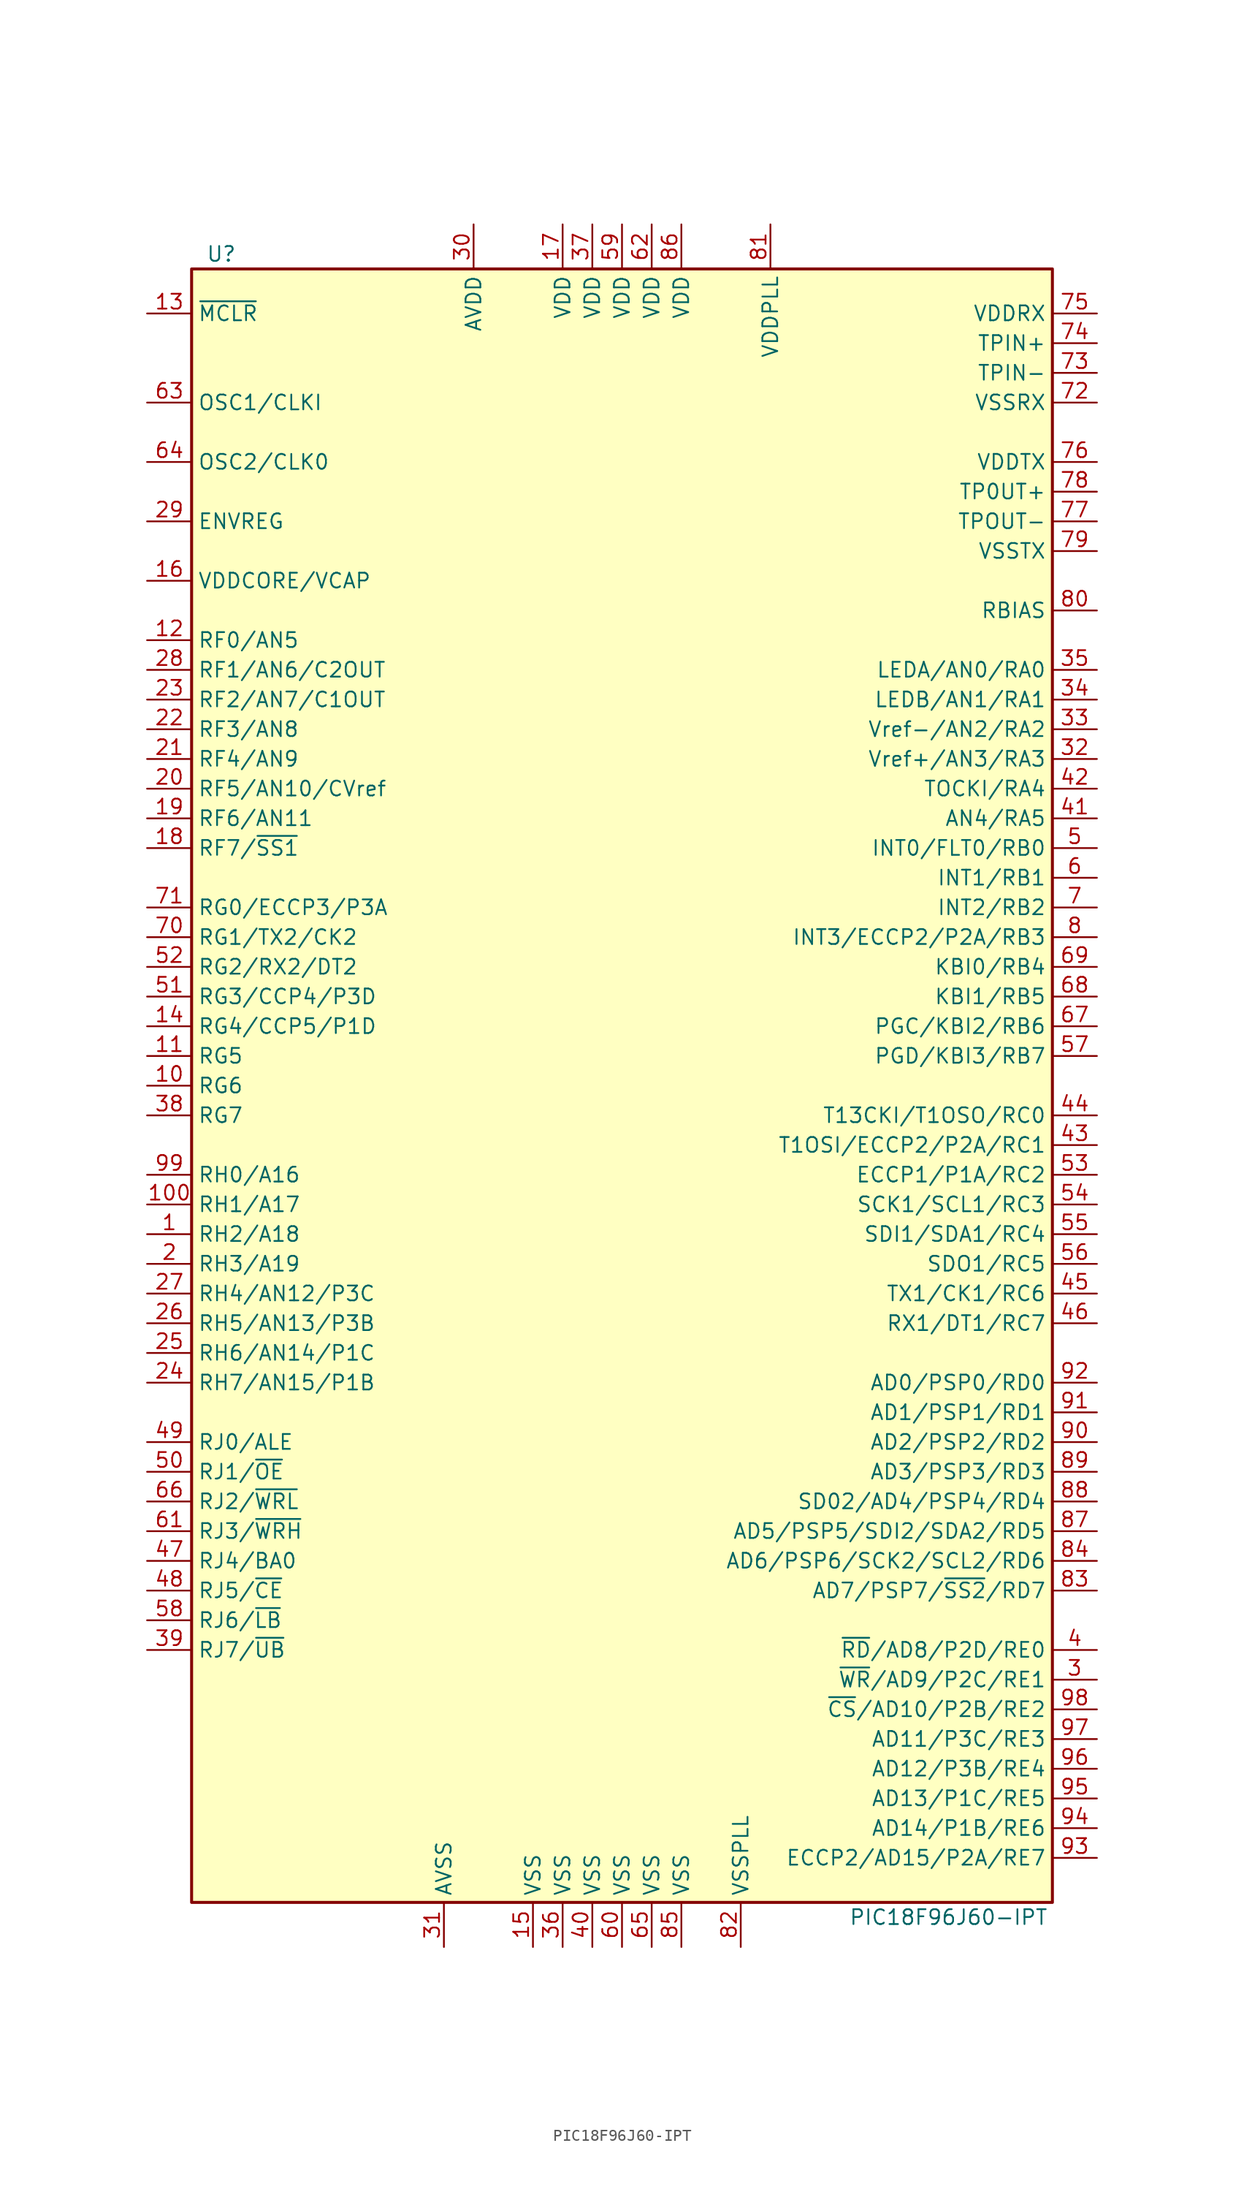
<source format=kicad_sym>
(kicad_symbol_lib
  (version 20211014)
  (generator kicad_symbol_editor)
  (symbol "PIC18F96J60-IPT"
    (property "Reference" "U"
      (at -34.29 71.12 0)
      (effects (font (size 1.27 1.27))))
    (property "Value" "PIC18F96J60-IPT"
      (at 27.94 -71.12 0)
      (effects (font (size 1.27 1.27))))
    (symbol "PIC18F96J60-IPT_0_1"
      (rectangle (start -36.83 69.85) (end 36.83 -69.85) (stroke (width 0.254) (type default) (color 0 0 0 0)) (fill (type background))))
    (symbol "PIC18F96J60-IPT_1_1"
      (pin bidirectional line (at -40.64 -12.7 0) (length 3.81) (name "RH2/A18" (effects (font (size 1.27 1.27)))) (number "1" (effects (font (size 1.27 1.27)))))
      (pin bidirectional line (at -40.64 0 0) (length 3.81) (name "RG6" (effects (font (size 1.27 1.27)))) (number "10" (effects (font (size 1.27 1.27)))))
      (pin bidirectional line (at -40.64 -10.16 0) (length 3.81) (name "RH1/A17" (effects (font (size 1.27 1.27)))) (number "100" (effects (font (size 1.27 1.27)))))
      (pin bidirectional line (at -40.64 2.54 0) (length 3.81) (name "RG5" (effects (font (size 1.27 1.27)))) (number "11" (effects (font (size 1.27 1.27)))))
      (pin bidirectional line (at -40.64 38.1 0) (length 3.81) (name "RF0/AN5" (effects (font (size 1.27 1.27)))) (number "12" (effects (font (size 1.27 1.27)))))
      (pin input line (at -40.64 66.04 0) (length 3.81) (name "~{MCLR}" (effects (font (size 1.27 1.27)))) (number "13" (effects (font (size 1.27 1.27)))))
      (pin bidirectional line (at -40.64 5.08 0) (length 3.81) (name "RG4/CCP5/P1D" (effects (font (size 1.27 1.27)))) (number "14" (effects (font (size 1.27 1.27)))))
      (pin power_in line (at -7.62 -73.66 90) (length 3.81) (name "VSS" (effects (font (size 1.27 1.27)))) (number "15" (effects (font (size 1.27 1.27)))))
      (pin passive line (at -40.64 43.18 0) (length 3.81) (name "VDDCORE/VCAP" (effects (font (size 1.27 1.27)))) (number "16" (effects (font (size 1.27 1.27)))))
      (pin power_in line (at -5.08 73.66 270) (length 3.81) (name "VDD" (effects (font (size 1.27 1.27)))) (number "17" (effects (font (size 1.27 1.27)))))
      (pin bidirectional line (at -40.64 20.32 0) (length 3.81) (name "RF7/~{SS1}" (effects (font (size 1.27 1.27)))) (number "18" (effects (font (size 1.27 1.27)))))
      (pin bidirectional line (at -40.64 22.86 0) (length 3.81) (name "RF6/AN11" (effects (font (size 1.27 1.27)))) (number "19" (effects (font (size 1.27 1.27)))))
      (pin bidirectional line (at -40.64 -15.24 0) (length 3.81) (name "RH3/A19" (effects (font (size 1.27 1.27)))) (number "2" (effects (font (size 1.27 1.27)))))
      (pin bidirectional line (at -40.64 25.4 0) (length 3.81) (name "RF5/AN10/CVref" (effects (font (size 1.27 1.27)))) (number "20" (effects (font (size 1.27 1.27)))))
      (pin bidirectional line (at -40.64 27.94 0) (length 3.81) (name "RF4/AN9" (effects (font (size 1.27 1.27)))) (number "21" (effects (font (size 1.27 1.27)))))
      (pin bidirectional line (at -40.64 30.48 0) (length 3.81) (name "RF3/AN8" (effects (font (size 1.27 1.27)))) (number "22" (effects (font (size 1.27 1.27)))))
      (pin bidirectional line (at -40.64 33.02 0) (length 3.81) (name "RF2/AN7/C1OUT" (effects (font (size 1.27 1.27)))) (number "23" (effects (font (size 1.27 1.27)))))
      (pin bidirectional line (at -40.64 -25.4 0) (length 3.81) (name "RH7/AN15/P1B" (effects (font (size 1.27 1.27)))) (number "24" (effects (font (size 1.27 1.27)))))
      (pin bidirectional line (at -40.64 -22.86 0) (length 3.81) (name "RH6/AN14/P1C" (effects (font (size 1.27 1.27)))) (number "25" (effects (font (size 1.27 1.27)))))
      (pin bidirectional line (at -40.64 -20.32 0) (length 3.81) (name "RH5/AN13/P3B" (effects (font (size 1.27 1.27)))) (number "26" (effects (font (size 1.27 1.27)))))
      (pin bidirectional line (at -40.64 -17.78 0) (length 3.81) (name "RH4/AN12/P3C" (effects (font (size 1.27 1.27)))) (number "27" (effects (font (size 1.27 1.27)))))
      (pin bidirectional line (at -40.64 35.56 0) (length 3.81) (name "RF1/AN6/C2OUT" (effects (font (size 1.27 1.27)))) (number "28" (effects (font (size 1.27 1.27)))))
      (pin passive line (at -40.64 48.26 0) (length 3.81) (name "ENVREG" (effects (font (size 1.27 1.27)))) (number "29" (effects (font (size 1.27 1.27)))))
      (pin bidirectional line (at 40.64 -50.8 180) (length 3.81) (name "~{WR}/AD9/P2C/RE1" (effects (font (size 1.27 1.27)))) (number "3" (effects (font (size 1.27 1.27)))))
      (pin power_in line (at -12.7 73.66 270) (length 3.81) (name "AVDD" (effects (font (size 1.27 1.27)))) (number "30" (effects (font (size 1.27 1.27)))))
      (pin power_in line (at -15.24 -73.66 90) (length 3.81) (name "AVSS" (effects (font (size 1.27 1.27)))) (number "31" (effects (font (size 1.27 1.27)))))
      (pin bidirectional line (at 40.64 27.94 180) (length 3.81) (name "Vref+/AN3/RA3" (effects (font (size 1.27 1.27)))) (number "32" (effects (font (size 1.27 1.27)))))
      (pin bidirectional line (at 40.64 30.48 180) (length 3.81) (name "Vref-/AN2/RA2" (effects (font (size 1.27 1.27)))) (number "33" (effects (font (size 1.27 1.27)))))
      (pin bidirectional line (at 40.64 33.02 180) (length 3.81) (name "LEDB/AN1/RA1" (effects (font (size 1.27 1.27)))) (number "34" (effects (font (size 1.27 1.27)))))
      (pin bidirectional line (at 40.64 35.56 180) (length 3.81) (name "LEDA/AN0/RA0" (effects (font (size 1.27 1.27)))) (number "35" (effects (font (size 1.27 1.27)))))
      (pin power_in line (at -5.08 -73.66 90) (length 3.81) (name "VSS" (effects (font (size 1.27 1.27)))) (number "36" (effects (font (size 1.27 1.27)))))
      (pin power_in line (at -2.54 73.66 270) (length 3.81) (name "VDD" (effects (font (size 1.27 1.27)))) (number "37" (effects (font (size 1.27 1.27)))))
      (pin bidirectional line (at -40.64 -2.54 0) (length 3.81) (name "RG7" (effects (font (size 1.27 1.27)))) (number "38" (effects (font (size 1.27 1.27)))))
      (pin bidirectional line (at -40.64 -48.26 0) (length 3.81) (name "RJ7/~{UB}" (effects (font (size 1.27 1.27)))) (number "39" (effects (font (size 1.27 1.27)))))
      (pin bidirectional line (at 40.64 -48.26 180) (length 3.81) (name "~{RD}/AD8/P2D/RE0" (effects (font (size 1.27 1.27)))) (number "4" (effects (font (size 1.27 1.27)))))
      (pin power_in line (at -2.54 -73.66 90) (length 3.81) (name "VSS" (effects (font (size 1.27 1.27)))) (number "40" (effects (font (size 1.27 1.27)))))
      (pin bidirectional line (at 40.64 22.86 180) (length 3.81) (name "AN4/RA5" (effects (font (size 1.27 1.27)))) (number "41" (effects (font (size 1.27 1.27)))))
      (pin bidirectional line (at 40.64 25.4 180) (length 3.81) (name "TOCKI/RA4" (effects (font (size 1.27 1.27)))) (number "42" (effects (font (size 1.27 1.27)))))
      (pin bidirectional line (at 40.64 -5.08 180) (length 3.81) (name "T1OSI/ECCP2/P2A/RC1" (effects (font (size 1.27 1.27)))) (number "43" (effects (font (size 1.27 1.27)))))
      (pin bidirectional line (at 40.64 -2.54 180) (length 3.81) (name "T13CKI/T1OSO/RC0" (effects (font (size 1.27 1.27)))) (number "44" (effects (font (size 1.27 1.27)))))
      (pin bidirectional line (at 40.64 -17.78 180) (length 3.81) (name "TX1/CK1/RC6" (effects (font (size 1.27 1.27)))) (number "45" (effects (font (size 1.27 1.27)))))
      (pin bidirectional line (at 40.64 -20.32 180) (length 3.81) (name "RX1/DT1/RC7" (effects (font (size 1.27 1.27)))) (number "46" (effects (font (size 1.27 1.27)))))
      (pin bidirectional line (at -40.64 -40.64 0) (length 3.81) (name "RJ4/BA0" (effects (font (size 1.27 1.27)))) (number "47" (effects (font (size 1.27 1.27)))))
      (pin bidirectional line (at -40.64 -43.18 0) (length 3.81) (name "RJ5/~{CE}" (effects (font (size 1.27 1.27)))) (number "48" (effects (font (size 1.27 1.27)))))
      (pin bidirectional line (at -40.64 -30.48 0) (length 3.81) (name "RJ0/ALE" (effects (font (size 1.27 1.27)))) (number "49" (effects (font (size 1.27 1.27)))))
      (pin bidirectional line (at 40.64 20.32 180) (length 3.81) (name "INT0/FLT0/RB0" (effects (font (size 1.27 1.27)))) (number "5" (effects (font (size 1.27 1.27)))))
      (pin bidirectional line (at -40.64 -33.02 0) (length 3.81) (name "RJ1/~{OE}" (effects (font (size 1.27 1.27)))) (number "50" (effects (font (size 1.27 1.27)))))
      (pin bidirectional line (at -40.64 7.62 0) (length 3.81) (name "RG3/CCP4/P3D" (effects (font (size 1.27 1.27)))) (number "51" (effects (font (size 1.27 1.27)))))
      (pin bidirectional line (at -40.64 10.16 0) (length 3.81) (name "RG2/RX2/DT2" (effects (font (size 1.27 1.27)))) (number "52" (effects (font (size 1.27 1.27)))))
      (pin bidirectional line (at 40.64 -7.62 180) (length 3.81) (name "ECCP1/P1A/RC2" (effects (font (size 1.27 1.27)))) (number "53" (effects (font (size 1.27 1.27)))))
      (pin bidirectional line (at 40.64 -10.16 180) (length 3.81) (name "SCK1/SCL1/RC3" (effects (font (size 1.27 1.27)))) (number "54" (effects (font (size 1.27 1.27)))))
      (pin bidirectional line (at 40.64 -12.7 180) (length 3.81) (name "SDI1/SDA1/RC4" (effects (font (size 1.27 1.27)))) (number "55" (effects (font (size 1.27 1.27)))))
      (pin bidirectional line (at 40.64 -15.24 180) (length 3.81) (name "SDO1/RC5" (effects (font (size 1.27 1.27)))) (number "56" (effects (font (size 1.27 1.27)))))
      (pin bidirectional line (at 40.64 2.54 180) (length 3.81) (name "PGD/KBI3/RB7" (effects (font (size 1.27 1.27)))) (number "57" (effects (font (size 1.27 1.27)))))
      (pin bidirectional line (at -40.64 -45.72 0) (length 3.81) (name "RJ6/~{LB}" (effects (font (size 1.27 1.27)))) (number "58" (effects (font (size 1.27 1.27)))))
      (pin power_in line (at 0 73.66 270) (length 3.81) (name "VDD" (effects (font (size 1.27 1.27)))) (number "59" (effects (font (size 1.27 1.27)))))
      (pin bidirectional line (at 40.64 17.78 180) (length 3.81) (name "INT1/RB1" (effects (font (size 1.27 1.27)))) (number "6" (effects (font (size 1.27 1.27)))))
      (pin power_in line (at 0 -73.66 90) (length 3.81) (name "VSS" (effects (font (size 1.27 1.27)))) (number "60" (effects (font (size 1.27 1.27)))))
      (pin bidirectional line (at -40.64 -38.1 0) (length 3.81) (name "RJ3/~{WRH}" (effects (font (size 1.27 1.27)))) (number "61" (effects (font (size 1.27 1.27)))))
      (pin power_in line (at 2.54 73.66 270) (length 3.81) (name "VDD" (effects (font (size 1.27 1.27)))) (number "62" (effects (font (size 1.27 1.27)))))
      (pin input line (at -40.64 58.42 0) (length 3.81) (name "OSC1/CLKI" (effects (font (size 1.27 1.27)))) (number "63" (effects (font (size 1.27 1.27)))))
      (pin output line (at -40.64 53.34 0) (length 3.81) (name "OSC2/CLK0" (effects (font (size 1.27 1.27)))) (number "64" (effects (font (size 1.27 1.27)))))
      (pin power_in line (at 2.54 -73.66 90) (length 3.81) (name "VSS" (effects (font (size 1.27 1.27)))) (number "65" (effects (font (size 1.27 1.27)))))
      (pin bidirectional line (at -40.64 -35.56 0) (length 3.81) (name "RJ2/~{WRL}" (effects (font (size 1.27 1.27)))) (number "66" (effects (font (size 1.27 1.27)))))
      (pin bidirectional line (at 40.64 5.08 180) (length 3.81) (name "PGC/KBI2/RB6" (effects (font (size 1.27 1.27)))) (number "67" (effects (font (size 1.27 1.27)))))
      (pin bidirectional line (at 40.64 7.62 180) (length 3.81) (name "KBI1/RB5" (effects (font (size 1.27 1.27)))) (number "68" (effects (font (size 1.27 1.27)))))
      (pin bidirectional line (at 40.64 10.16 180) (length 3.81) (name "KBI0/RB4" (effects (font (size 1.27 1.27)))) (number "69" (effects (font (size 1.27 1.27)))))
      (pin bidirectional line (at 40.64 15.24 180) (length 3.81) (name "INT2/RB2" (effects (font (size 1.27 1.27)))) (number "7" (effects (font (size 1.27 1.27)))))
      (pin bidirectional line (at -40.64 12.7 0) (length 3.81) (name "RG1/TX2/CK2" (effects (font (size 1.27 1.27)))) (number "70" (effects (font (size 1.27 1.27)))))
      (pin bidirectional line (at -40.64 15.24 0) (length 3.81) (name "RG0/ECCP3/P3A" (effects (font (size 1.27 1.27)))) (number "71" (effects (font (size 1.27 1.27)))))
      (pin power_in line (at 40.64 58.42 180) (length 3.81) (name "VSSRX" (effects (font (size 1.27 1.27)))) (number "72" (effects (font (size 1.27 1.27)))))
      (pin passive line (at 40.64 60.96 180) (length 3.81) (name "TPIN-" (effects (font (size 1.27 1.27)))) (number "73" (effects (font (size 1.27 1.27)))))
      (pin passive line (at 40.64 63.5 180) (length 3.81) (name "TPIN+" (effects (font (size 1.27 1.27)))) (number "74" (effects (font (size 1.27 1.27)))))
      (pin power_in line (at 40.64 66.04 180) (length 3.81) (name "VDDRX" (effects (font (size 1.27 1.27)))) (number "75" (effects (font (size 1.27 1.27)))))
      (pin power_in line (at 40.64 53.34 180) (length 3.81) (name "VDDTX" (effects (font (size 1.27 1.27)))) (number "76" (effects (font (size 1.27 1.27)))))
      (pin passive line (at 40.64 48.26 180) (length 3.81) (name "TPOUT-" (effects (font (size 1.27 1.27)))) (number "77" (effects (font (size 1.27 1.27)))))
      (pin passive line (at 40.64 50.8 180) (length 3.81) (name "TP0UT+" (effects (font (size 1.27 1.27)))) (number "78" (effects (font (size 1.27 1.27)))))
      (pin power_in line (at 40.64 45.72 180) (length 3.81) (name "VSSTX" (effects (font (size 1.27 1.27)))) (number "79" (effects (font (size 1.27 1.27)))))
      (pin bidirectional line (at 40.64 12.7 180) (length 3.81) (name "INT3/ECCP2/P2A/RB3" (effects (font (size 1.27 1.27)))) (number "8" (effects (font (size 1.27 1.27)))))
      (pin passive line (at 40.64 40.64 180) (length 3.81) (name "RBIAS" (effects (font (size 1.27 1.27)))) (number "80" (effects (font (size 1.27 1.27)))))
      (pin power_in line (at 12.7 73.66 270) (length 3.81) (name "VDDPLL" (effects (font (size 1.27 1.27)))) (number "81" (effects (font (size 1.27 1.27)))))
      (pin power_in line (at 10.16 -73.66 90) (length 3.81) (name "VSSPLL" (effects (font (size 1.27 1.27)))) (number "82" (effects (font (size 1.27 1.27)))))
      (pin bidirectional line (at 40.64 -43.18 180) (length 3.81) (name "AD7/PSP7/~{SS2}/RD7" (effects (font (size 1.27 1.27)))) (number "83" (effects (font (size 1.27 1.27)))))
      (pin bidirectional line (at 40.64 -40.64 180) (length 3.81) (name "AD6/PSP6/SCK2/SCL2/RD6" (effects (font (size 1.27 1.27)))) (number "84" (effects (font (size 1.27 1.27)))))
      (pin power_in line (at 5.08 -73.66 90) (length 3.81) (name "VSS" (effects (font (size 1.27 1.27)))) (number "85" (effects (font (size 1.27 1.27)))))
      (pin power_in line (at 5.08 73.66 270) (length 3.81) (name "VDD" (effects (font (size 1.27 1.27)))) (number "86" (effects (font (size 1.27 1.27)))))
      (pin bidirectional line (at 40.64 -38.1 180) (length 3.81) (name "AD5/PSP5/SDI2/SDA2/RD5" (effects (font (size 1.27 1.27)))) (number "87" (effects (font (size 1.27 1.27)))))
      (pin bidirectional line (at 40.64 -35.56 180) (length 3.81) (name "SD02/AD4/PSP4/RD4" (effects (font (size 1.27 1.27)))) (number "88" (effects (font (size 1.27 1.27)))))
      (pin bidirectional line (at 40.64 -33.02 180) (length 3.81) (name "AD3/PSP3/RD3" (effects (font (size 1.27 1.27)))) (number "89" (effects (font (size 1.27 1.27)))))
      (pin no_connect line (at -20.32 -73.66 90) (length 3.81) hide (name "NC" (effects (font (size 1.27 1.27)))) (number "9" (effects (font (size 1.27 1.27)))))
      (pin bidirectional line (at 40.64 -30.48 180) (length 3.81) (name "AD2/PSP2/RD2" (effects (font (size 1.27 1.27)))) (number "90" (effects (font (size 1.27 1.27)))))
      (pin bidirectional line (at 40.64 -27.94 180) (length 3.81) (name "AD1/PSP1/RD1" (effects (font (size 1.27 1.27)))) (number "91" (effects (font (size 1.27 1.27)))))
      (pin bidirectional line (at 40.64 -25.4 180) (length 3.81) (name "AD0/PSP0/RD0" (effects (font (size 1.27 1.27)))) (number "92" (effects (font (size 1.27 1.27)))))
      (pin bidirectional line (at 40.64 -66.04 180) (length 3.81) (name "ECCP2/AD15/P2A/RE7" (effects (font (size 1.27 1.27)))) (number "93" (effects (font (size 1.27 1.27)))))
      (pin bidirectional line (at 40.64 -63.5 180) (length 3.81) (name "AD14/P1B/RE6" (effects (font (size 1.27 1.27)))) (number "94" (effects (font (size 1.27 1.27)))))
      (pin bidirectional line (at 40.64 -60.96 180) (length 3.81) (name "AD13/P1C/RE5" (effects (font (size 1.27 1.27)))) (number "95" (effects (font (size 1.27 1.27)))))
      (pin bidirectional line (at 40.64 -58.42 180) (length 3.81) (name "AD12/P3B/RE4" (effects (font (size 1.27 1.27)))) (number "96" (effects (font (size 1.27 1.27)))))
      (pin bidirectional line (at 40.64 -55.88 180) (length 3.81) (name "AD11/P3C/RE3" (effects (font (size 1.27 1.27)))) (number "97" (effects (font (size 1.27 1.27)))))
      (pin bidirectional line (at 40.64 -53.34 180) (length 3.81) (name "~{CS}/AD10/P2B/RE2" (effects (font (size 1.27 1.27)))) (number "98" (effects (font (size 1.27 1.27)))))
      (pin bidirectional line (at -40.64 -7.62 0) (length 3.81) (name "RH0/A16" (effects (font (size 1.27 1.27)))) (number "99" (effects (font (size 1.27 1.27))))))))
</source>
